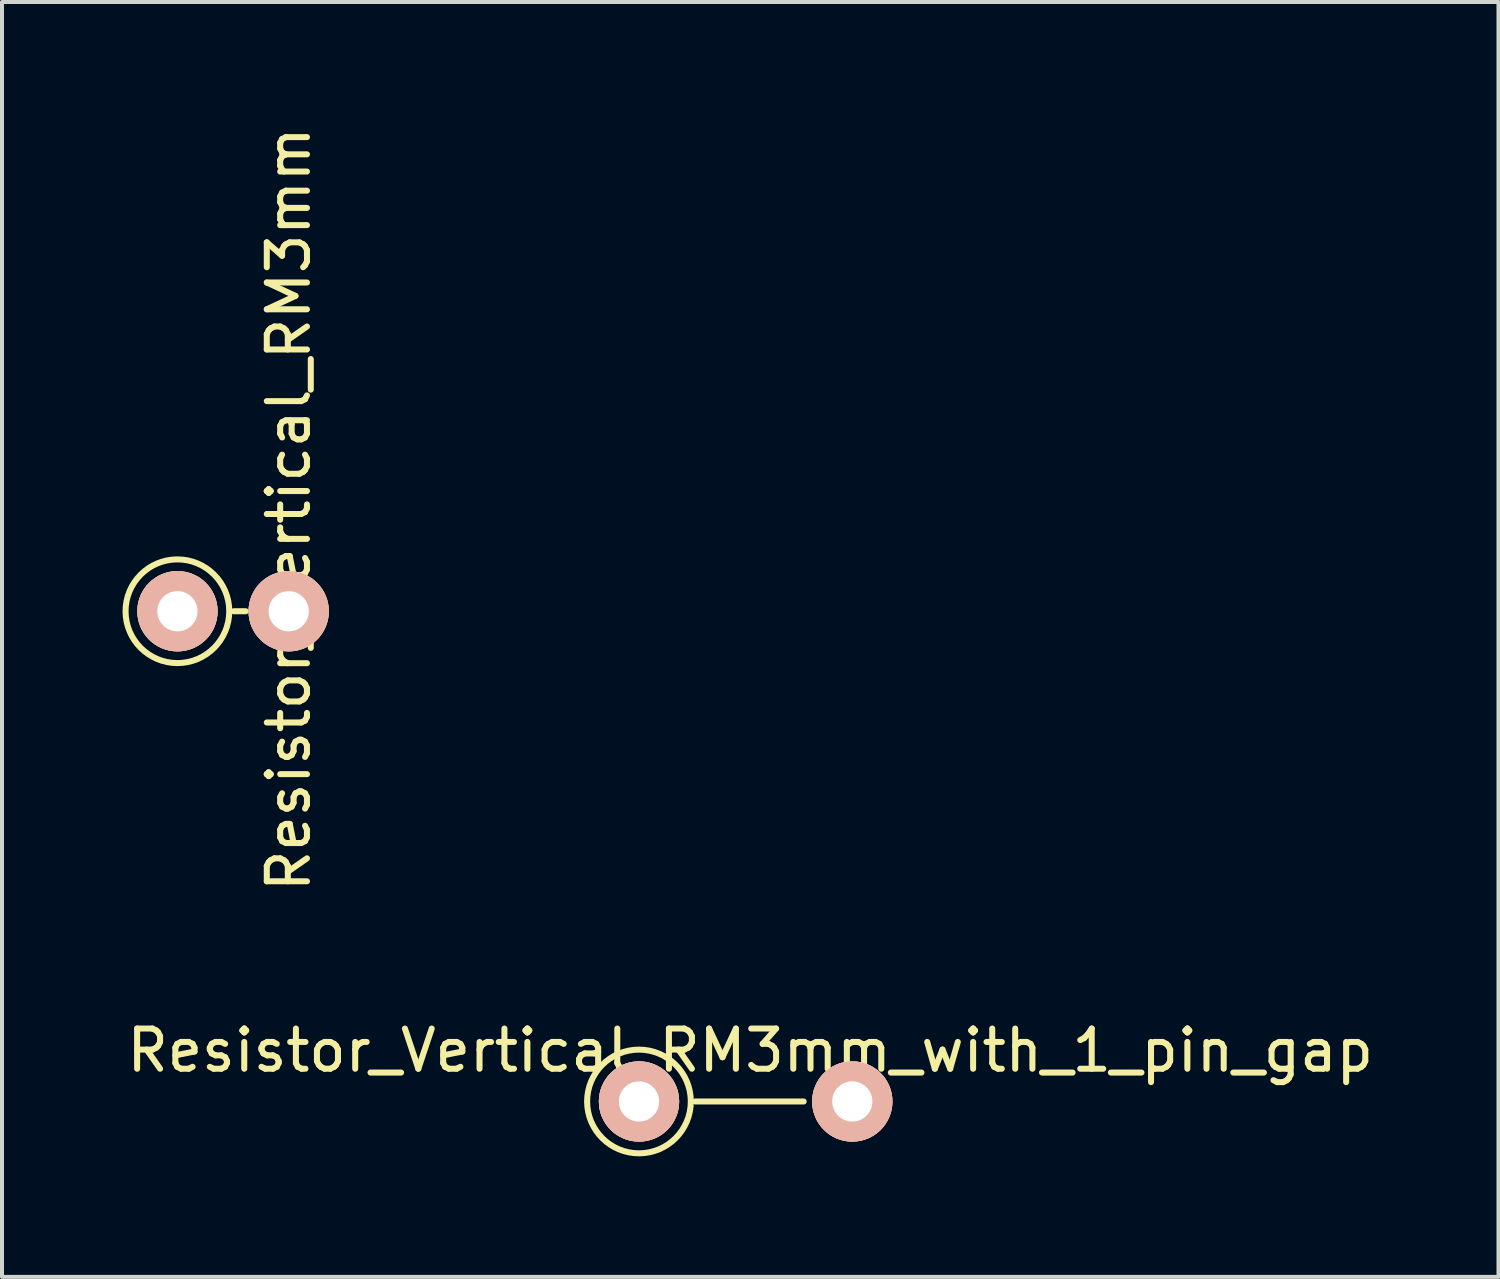
<source format=kicad_pcb>
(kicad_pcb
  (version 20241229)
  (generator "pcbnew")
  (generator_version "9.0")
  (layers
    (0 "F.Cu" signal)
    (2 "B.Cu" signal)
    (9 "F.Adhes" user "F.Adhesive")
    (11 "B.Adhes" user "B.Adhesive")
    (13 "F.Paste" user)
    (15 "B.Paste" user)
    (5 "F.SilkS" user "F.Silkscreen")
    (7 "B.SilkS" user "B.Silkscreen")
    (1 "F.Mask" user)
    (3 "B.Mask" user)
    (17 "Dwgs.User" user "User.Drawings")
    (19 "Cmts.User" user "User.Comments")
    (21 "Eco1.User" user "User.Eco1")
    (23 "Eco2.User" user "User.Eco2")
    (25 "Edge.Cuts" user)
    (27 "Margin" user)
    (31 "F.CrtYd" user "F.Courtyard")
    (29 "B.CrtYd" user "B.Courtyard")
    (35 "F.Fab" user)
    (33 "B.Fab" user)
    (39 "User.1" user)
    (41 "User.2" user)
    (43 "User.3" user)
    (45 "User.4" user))
  (footprint "Resistor_Vertical_RM3mm"
    (layer "F.Cu")
    (at 2.866 12.165)
    (property "Reference" "Resistor_Vertical_RM3mm" (at 1.27 -2.54 90) (layer "F.SilkS") (effects (font (size 1 1) (thickness 0.15))))
    (attr through_hole)
    (fp_line (start 0.2 0) (end -0.1 0) (stroke (width 0.15) (type solid)) (layer "F.SilkS"))
    (fp_circle (center -1.5 0) (end -1.27 1.27) (stroke (width 0.15) (type solid)) (fill no) (layer "F.SilkS"))
    (pad "1" thru_hole circle (at -1.499 0) (size 1.999 1.999) (drill 1.001) (layers "*.Cu" "*.SilkS" "*.Mask"))
    (pad "2" thru_hole circle (at 1.27 0) (size 1.999 1.999) (drill 1.001) (layers "*.Cu" "*.SilkS" "*.Mask")))
  (footprint "Resistor_Vertical_RM3mm_with_1_pin_gap"
    (layer "F.Cu")
    (at 15.625 24.368)
    (property "Reference" "Resistor_Vertical_RM3mm_with_1_pin_gap" (at 0 -1.27 180) (layer "F.SilkS") (effects (font (size 1 1) (thickness 0.15))))
    (attr through_hole)
    (fp_line (start 1.33 0) (end -1.37 0) (stroke (width 0.15) (type solid)) (layer "F.SilkS"))
    (fp_circle (center -2.77 0) (end -2.54 1.27) (stroke (width 0.15) (type solid)) (fill no) (layer "F.SilkS"))
    (pad "1" thru_hole circle (at -2.769 0) (size 1.999 1.999) (drill 1.001) (layers "*.Cu" "*.SilkS" "*.Mask"))
    (pad "2" thru_hole circle (at 2.54 0) (size 1.999 1.999) (drill 1.001) (layers "*.Cu" "*.SilkS" "*.Mask")))
  (gr_rect
    (start -3 -3)
    (end 34.25 28.734)
    (stroke (width 0.1) (type default))
    (fill no)
    (layer "Edge.Cuts")))
</source>
